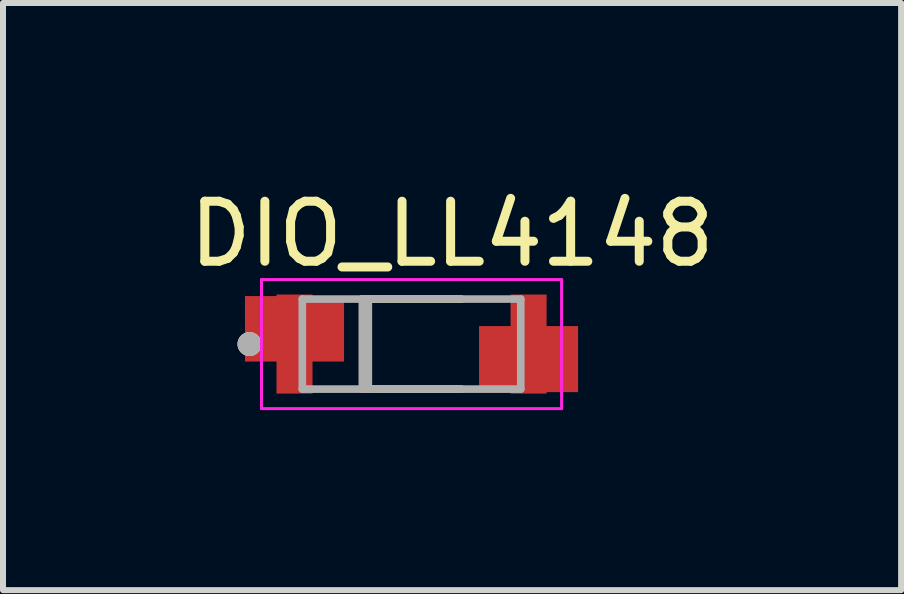
<source format=kicad_pcb>
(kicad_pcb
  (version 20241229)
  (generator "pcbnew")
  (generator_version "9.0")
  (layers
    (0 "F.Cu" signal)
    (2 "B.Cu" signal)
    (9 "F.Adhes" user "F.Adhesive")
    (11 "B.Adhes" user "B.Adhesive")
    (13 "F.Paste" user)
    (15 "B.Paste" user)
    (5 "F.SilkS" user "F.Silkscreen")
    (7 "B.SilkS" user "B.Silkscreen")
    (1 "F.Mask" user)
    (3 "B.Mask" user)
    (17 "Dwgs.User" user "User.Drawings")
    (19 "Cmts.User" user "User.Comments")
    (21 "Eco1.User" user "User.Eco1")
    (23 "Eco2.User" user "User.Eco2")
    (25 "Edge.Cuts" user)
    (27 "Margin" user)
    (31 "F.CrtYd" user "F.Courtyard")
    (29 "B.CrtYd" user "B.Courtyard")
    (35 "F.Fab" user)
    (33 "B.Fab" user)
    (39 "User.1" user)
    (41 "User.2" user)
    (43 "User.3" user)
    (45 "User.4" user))
  (footprint "DIO_LL4148"
    (layer "F.Cu")
    (at 3.807 2.683)
    (property "Reference" "DIO_LL4148" (at 0.675 -1.835 0) (layer "F.SilkS") (effects (font (size 1 1) (thickness 0.15))))
    (attr smd)
    (fp_poly (pts (xy -1.55 -0.925) (xy -1.05 -0.925) (xy -1.05 -0.15) (xy -1.55 -0.15)) (stroke (width 0.01) (type solid)) (fill yes) (layer "F.Mask"))
    (fp_poly (pts (xy -1.55 0.15) (xy -1.05 0.15) (xy -1.05 0.925) (xy -1.55 0.925)) (stroke (width 0.01) (type solid)) (fill yes) (layer "F.Mask"))
    (fp_poly (pts (xy 1.05 -0.925) (xy 1.55 -0.925) (xy 1.55 -0.15) (xy 1.05 -0.15)) (stroke (width 0.01) (type solid)) (fill yes) (layer "F.Mask"))
    (fp_poly (pts (xy 1.05 0.15) (xy 1.55 0.15) (xy 1.55 0.925) (xy 1.05 0.925)) (stroke (width 0.01) (type solid)) (fill yes) (layer "F.Mask"))
    (fp_line (start -0.83 -0.75) (end 0.83 -0.75) (stroke (width 0.127) (type solid)) (layer "F.SilkS"))
    (fp_line (start 0.83 0.75) (end -0.83 0.75) (stroke (width 0.127) (type solid)) (layer "F.SilkS"))
    (fp_circle (center -2.7 0) (end -2.6 0) (stroke (width 0.2) (type solid)) (fill no) (layer "F.SilkS"))
    (fp_poly (pts (xy -1.65 -0.825) (xy -1.15 -0.825) (xy -1.15 -0.25) (xy -1.65 -0.25)) (stroke (width 0.01) (type solid)) (fill yes) (layer "F.Paste"))
    (fp_poly (pts (xy -1.65 0.25) (xy -1.15 0.25) (xy -1.15 0.825) (xy -1.65 0.825)) (stroke (width 0.01) (type solid)) (fill yes) (layer "F.Paste"))
    (fp_poly (pts (xy -1.65 0.25) (xy -1.15 0.25) (xy -1.15 0.825) (xy -1.65 0.825)) (stroke (width 0.01) (type solid)) (fill yes) (layer "F.Paste"))
    (fp_poly (pts (xy 1.15 -0.825) (xy 1.65 -0.825) (xy 1.65 -0.25) (xy 1.15 -0.25)) (stroke (width 0.01) (type solid)) (fill yes) (layer "F.Paste"))
    (fp_poly (pts (xy 1.15 -0.825) (xy 1.65 -0.825) (xy 1.65 -0.25) (xy 1.15 -0.25)) (stroke (width 0.01) (type solid)) (fill yes) (layer "F.Paste"))
    (fp_poly (pts (xy 1.15 0.25) (xy 1.65 0.25) (xy 1.65 0.825) (xy 1.15 0.825)) (stroke (width 0.01) (type solid)) (fill yes) (layer "F.Paste"))
    (fp_line (start -2.5 -1.075) (end -2.5 1.075) (stroke (width 0.05) (type solid)) (layer "F.CrtYd"))
    (fp_line (start -2.5 -1.075) (end 2.5 -1.075) (stroke (width 0.05) (type solid)) (layer "F.CrtYd"))
    (fp_line (start 2.5 1.075) (end -2.5 1.075) (stroke (width 0.05) (type solid)) (layer "F.CrtYd"))
    (fp_line (start 2.5 1.075) (end 2.5 -1.075) (stroke (width 0.05) (type solid)) (layer "F.CrtYd"))
    (fp_line (start -1.82 -0.75) (end -1.82 0.75) (stroke (width 0.127) (type solid)) (layer "F.Fab"))
    (fp_line (start -1.82 -0.75) (end 1.82 -0.75) (stroke (width 0.127) (type solid)) (layer "F.Fab"))
    (fp_line (start -0.82 -0.75) (end -0.82 0.75) (stroke (width 0.127) (type solid)) (layer "F.Fab"))
    (fp_line (start -0.72 -0.75) (end -0.72 0.75) (stroke (width 0.127) (type solid)) (layer "F.Fab"))
    (fp_line (start 1.82 0.75) (end -1.82 0.75) (stroke (width 0.127) (type solid)) (layer "F.Fab"))
    (fp_line (start 1.82 0.75) (end 1.82 -0.75) (stroke (width 0.127) (type solid)) (layer "F.Fab"))
    (fp_circle (center -2.7 0) (end -2.6 0) (stroke (width 0.2) (type solid)) (fill no) (layer "F.Fab"))
    (pad "A" smd custom (at 1.95 0 90) (size 1.65 0.6) (layers "F.Cu" "F.Mask" "F.Paste") (options (anchor rect)) (primitives (gr_poly (pts (xy -0.8 -0.825) (xy 0.3 -0.825) (xy 0.3 0.825) (xy -0.8 0.825) (xy -0.8 0.25) (xy -0.3 0.25) (xy -0.3 -0.25) (xy -0.8 -0.25)) (width 0.001) (fill yes))))
    (pad "C" smd custom (at -1.95 0 90) (size 1.65 0.6) (layers "F.Cu" "F.Mask" "F.Paste") (options (anchor rect)) (primitives (gr_poly (pts (xy -0.29 -0.825) (xy 0.8 -0.825) (xy 0.8 -0.25) (xy 0.3 -0.25) (xy 0.3 0.25) (xy 0.8 0.25) (xy 0.8 0.825) (xy -0.29 0.825)) (width 0.001) (fill yes)))))
  (gr_rect
    (start -3 -3)
    (end 11.964 6.783)
    (stroke (width 0.1) (type default))
    (fill no)
    (layer "Edge.Cuts")))
</source>
